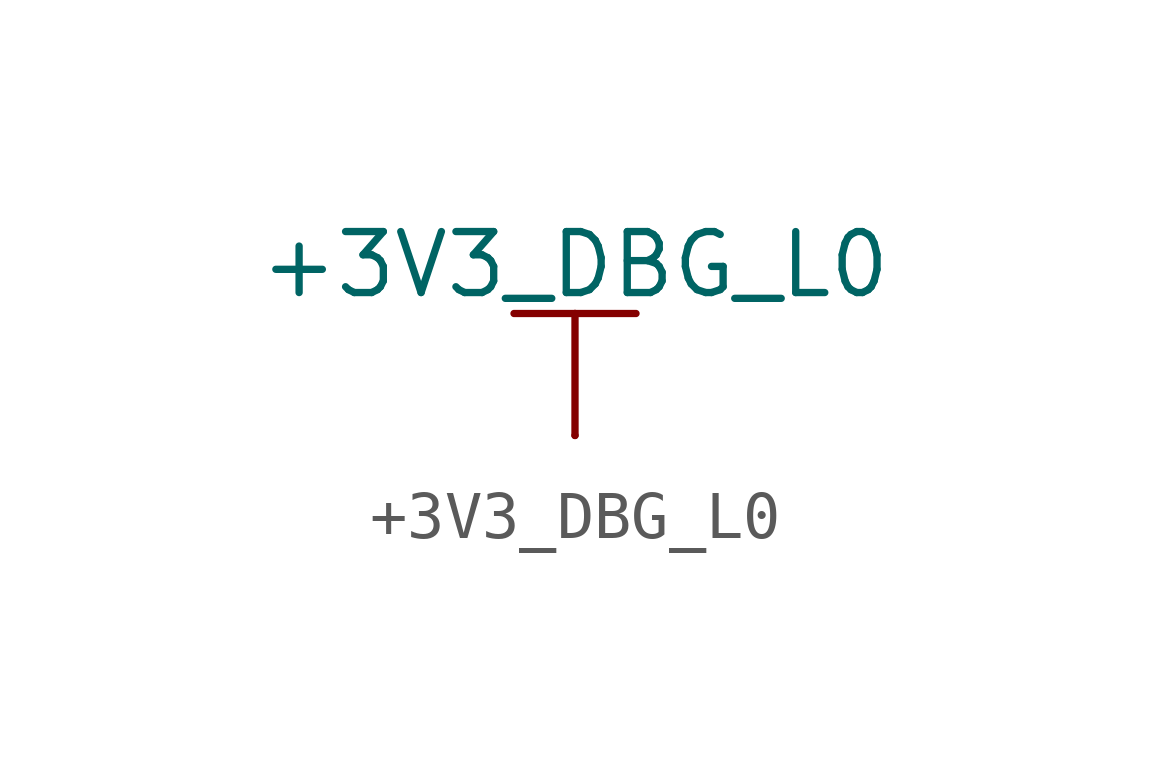
<source format=kicad_sym>
(kicad_symbol_lib
  (version 20241209)
  (generator "kicad_symbol_editor")
  (generator_version "9.0")
  (symbol "+3V3_DBG_L0"
    (power)
    (pin_numbers
      (hide yes))
    (pin_names
      (offset 0)
      (hide yes))
    (property "Reference" "#PWR"
      (at 0 0 0)
      (effects (font (size 1.27 1.27)) (hide yes)))
    (property "Value" "+3V3_DBG_L0"
      (at 0 3.556 0)
      (do_not_autoplace)
      (effects (font (size 1.27 1.27))))
    (symbol "+3V3_DBG_L0_0_1"
      (polyline (pts (xy -1.27 2.54) (xy 0 2.54)) (stroke (width 0) (type default)) (fill (type none)))
      (polyline (pts (xy 0 2.54) (xy 1.27 2.54)) (stroke (width 0) (type default)) (fill (type none)))
      (polyline (pts (xy 0 0) (xy 0 2.54)) (stroke (width 0) (type default)) (fill (type none))))
    (symbol "+3V3_DBG_L0_1_1"
      (pin power_in line (at 0 0 90) (length 0) (name "~" (effects (font (size 1.27 1.27)))) (number "1" (effects (font (size 1.27 1.27))))))))
</source>
